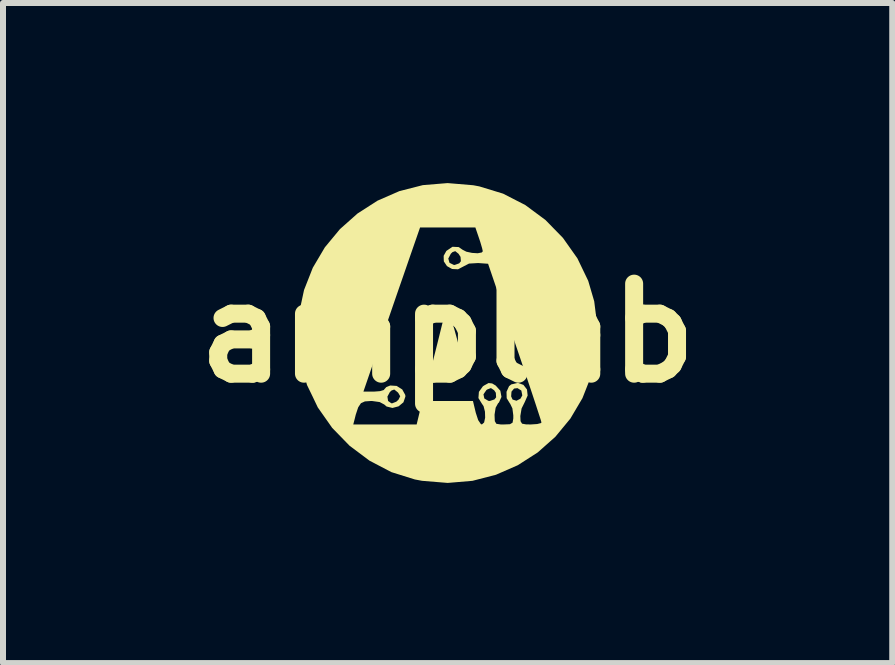
<source format=kicad_pcb>
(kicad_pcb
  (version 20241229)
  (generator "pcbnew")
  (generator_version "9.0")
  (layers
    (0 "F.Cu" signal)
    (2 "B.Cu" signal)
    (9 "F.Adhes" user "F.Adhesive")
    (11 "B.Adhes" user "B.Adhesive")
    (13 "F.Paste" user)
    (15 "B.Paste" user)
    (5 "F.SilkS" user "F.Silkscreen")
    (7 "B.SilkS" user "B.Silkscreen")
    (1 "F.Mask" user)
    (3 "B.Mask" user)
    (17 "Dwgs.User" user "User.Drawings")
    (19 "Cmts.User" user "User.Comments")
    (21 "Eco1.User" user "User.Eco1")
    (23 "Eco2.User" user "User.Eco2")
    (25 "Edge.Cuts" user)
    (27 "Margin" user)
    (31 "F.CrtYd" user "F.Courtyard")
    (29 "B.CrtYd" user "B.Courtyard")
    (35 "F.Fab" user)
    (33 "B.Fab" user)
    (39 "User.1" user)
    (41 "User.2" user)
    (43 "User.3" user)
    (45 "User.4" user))
  (footprint "amplab"
    (layer "F.Cu")
    (at 4.407 2.497)
    (property "Reference" "amplab" (at 0 0 0) (layer "F.SilkS") (effects (font (size 1.5 1.5) (thickness 0.3))))
    (attr board_only exclude_from_pos_files exclude_from_bom)
    (fp_poly (pts (xy 0.001 -0.41) (xy 0.031 -0.33) (xy 0.07 -0.204) (xy 0.116 -0.047) (xy 0.163 0.124) (xy 0.208 0.296) (xy 0.246 0.452) (xy 0.272 0.576) (xy 0.237 0.581) (xy 0.143 0.585) (xy 0.011 0.586) (xy -0.003 0.586) (xy -0.146 0.584) (xy -0.227 0.575) (xy -0.26 0.555) (xy -0.259 0.521) (xy -0.258 0.518) (xy -0.241 0.453) (xy -0.21 0.331) (xy -0.17 0.172) (xy -0.137 0.039) (xy -0.094 -0.135) (xy -0.055 -0.284) (xy -0.026 -0.39) (xy -0.013 -0.43)) (stroke (width 0) (type solid)) (fill yes) (layer "F.SilkS"))
    (fp_poly (pts (xy 0.427 -2.461) (xy 0.528 -2.442) (xy 0.924 -2.321) (xy 1.294 -2.131) (xy 1.629 -1.883) (xy 1.921 -1.584) (xy 2.162 -1.243) (xy 2.342 -0.869) (xy 2.442 -0.528) (xy 2.496 -0.097) (xy 2.477 0.319) (xy 2.392 0.715) (xy 2.246 1.086) (xy 2.045 1.426) (xy 1.795 1.729) (xy 1.501 1.99) (xy 1.169 2.203) (xy 0.805 2.362) (xy 0.414 2.463) (xy 0.002 2.498) (xy -0.425 2.463) (xy -0.547 2.44) (xy -0.937 2.318) (xy -1.302 2.127) (xy -1.634 1.878) (xy -1.924 1.58) (xy -1.963 1.524) (xy -1.572 1.524) (xy -1.044 1.524) (xy -0.516 1.524) (xy -0.469 1.329) (xy -0.422 1.133) (xy 0 1.133) (xy 0.422 1.133) (xy 0.469 1.329) (xy 0.509 1.452) (xy 0.553 1.517) (xy 0.571 1.524) (xy 0.608 1.491) (xy 0.625 1.411) (xy 0.622 1.311) (xy 0.599 1.22) (xy 0.567 1.172) (xy 0.513 1.084) (xy 0.518 1.022) (xy 0.597 1.022) (xy 0.611 1.091) (xy 0.679 1.131) (xy 0.703 1.133) (xy 0.78 1.107) (xy 0.808 1.072) (xy 0.803 0.996) (xy 0.775 0.954) (xy 0.721 0.918) (xy 0.661 0.941) (xy 0.646 0.951) (xy 0.597 1.022) (xy 0.518 1.022) (xy 0.521 0.981) (xy 0.587 0.889) (xy 0.606 0.876) (xy 0.682 0.834) (xy 0.742 0.841) (xy 0.801 0.876) (xy 0.878 0.962) (xy 0.897 1.065) (xy 0.855 1.158) (xy 0.84 1.172) (xy 0.8 1.245) (xy 0.782 1.359) (xy 0.782 1.372) (xy 0.786 1.469) (xy 0.812 1.513) (xy 0.885 1.524) (xy 0.938 1.524) (xy 1.038 1.52) (xy 1.082 1.494) (xy 1.094 1.424) (xy 1.094 1.372) (xy 1.079 1.256) (xy 1.041 1.177) (xy 1.036 1.172) (xy 0.984 1.087) (xy 0.983 1.056) (xy 1.058 1.056) (xy 1.082 1.109) (xy 1.147 1.129) (xy 1.213 1.095) (xy 1.244 1.04) (xy 1.228 0.959) (xy 1.164 0.919) (xy 1.107 0.926) (xy 1.064 0.977) (xy 1.058 1.056) (xy 0.983 1.056) (xy 0.981 0.98) (xy 1.023 0.887) (xy 1.06 0.857) (xy 1.171 0.831) (xy 1.263 0.865) (xy 1.322 0.941) (xy 1.333 1.042) (xy 1.286 1.149) (xy 1.232 1.258) (xy 1.211 1.384) (xy 1.215 1.47) (xy 1.24 1.511) (xy 1.307 1.523) (xy 1.387 1.524) (xy 1.492 1.517) (xy 1.555 1.501) (xy 1.563 1.491) (xy 1.551 1.447) (xy 1.516 1.339) (xy 1.462 1.173) (xy 1.391 0.959) (xy 1.306 0.706) (xy 1.21 0.422) (xy 1.118 0.152) (xy 0.674 -1.153) (xy 0.509 -1.165) (xy 0.356 -1.156) (xy 0.273 -1.113) (xy 0.173 -1.061) (xy 0.073 -1.066) (xy -0.011 -1.114) (xy -0.063 -1.192) (xy -0.065 -1.24) (xy 0.011 -1.24) (xy 0.031 -1.169) (xy 0.103 -1.134) (xy 0.117 -1.133) (xy 0.193 -1.16) (xy 0.221 -1.195) (xy 0.215 -1.268) (xy 0.181 -1.32) (xy 0.127 -1.363) (xy 0.081 -1.347) (xy 0.053 -1.32) (xy 0.011 -1.24) (xy -0.065 -1.24) (xy -0.066 -1.286) (xy -0.021 -1.367) (xy 0.081 -1.436) (xy 0.185 -1.431) (xy 0.248 -1.387) (xy 0.312 -1.354) (xy 0.406 -1.334) (xy 0.501 -1.328) (xy 0.569 -1.341) (xy 0.586 -1.361) (xy 0.574 -1.414) (xy 0.545 -1.513) (xy 0.524 -1.576) (xy 0.462 -1.758) (xy 0.001 -1.758) (xy -0.459 -1.758) (xy -0.659 -1.182) (xy -0.737 -0.956) (xy -0.833 -0.68) (xy -0.937 -0.378) (xy -1.041 -0.075) (xy -1.131 0.186) (xy -1.403 0.977) (xy -1.229 0.977) (xy -1.125 0.969) (xy -1.063 0.95) (xy -1.055 0.939) (xy -1.022 0.902) (xy -0.956 0.875) (xy -0.849 0.882) (xy -0.756 0.941) (xy -0.706 1.032) (xy -0.703 1.058) (xy -0.736 1.155) (xy -0.817 1.222) (xy -0.919 1.249) (xy -1.017 1.225) (xy -1.055 1.192) (xy -1.132 1.151) (xy -1.261 1.133) (xy -1.276 1.133) (xy -1.378 1.14) (xy -1.444 1.17) (xy -1.49 1.239) (xy -1.531 1.363) (xy -1.547 1.428) (xy -1.572 1.524) (xy -1.963 1.524) (xy -2.163 1.24) (xy -2.249 1.06) (xy -1.003 1.06) (xy -0.992 1.133) (xy -0.938 1.171) (xy -0.924 1.172) (xy -0.855 1.145) (xy -0.819 1.112) (xy -0.79 1.054) (xy -0.823 0.997) (xy -0.834 0.986) (xy -0.889 0.942) (xy -0.934 0.958) (xy -0.963 0.985) (xy -1.003 1.06) (xy -2.249 1.06) (xy -2.342 0.868) (xy -2.442 0.528) (xy -2.496 0.097) (xy -2.477 -0.319) (xy -2.392 -0.716) (xy -2.246 -1.087) (xy -2.045 -1.427) (xy -1.794 -1.73) (xy -1.5 -1.991) (xy -1.168 -2.204) (xy -0.804 -2.363) (xy -0.413 -2.463) (xy -0.000449 -2.497)) (stroke (width 0) (type solid)) (fill yes) (layer "F.SilkS")))
  (gr_rect
    (start -3 -3)
    (end 11.814 7.996)
    (stroke (width 0.1) (type default))
    (fill no)
    (layer "Edge.Cuts")))
</source>
